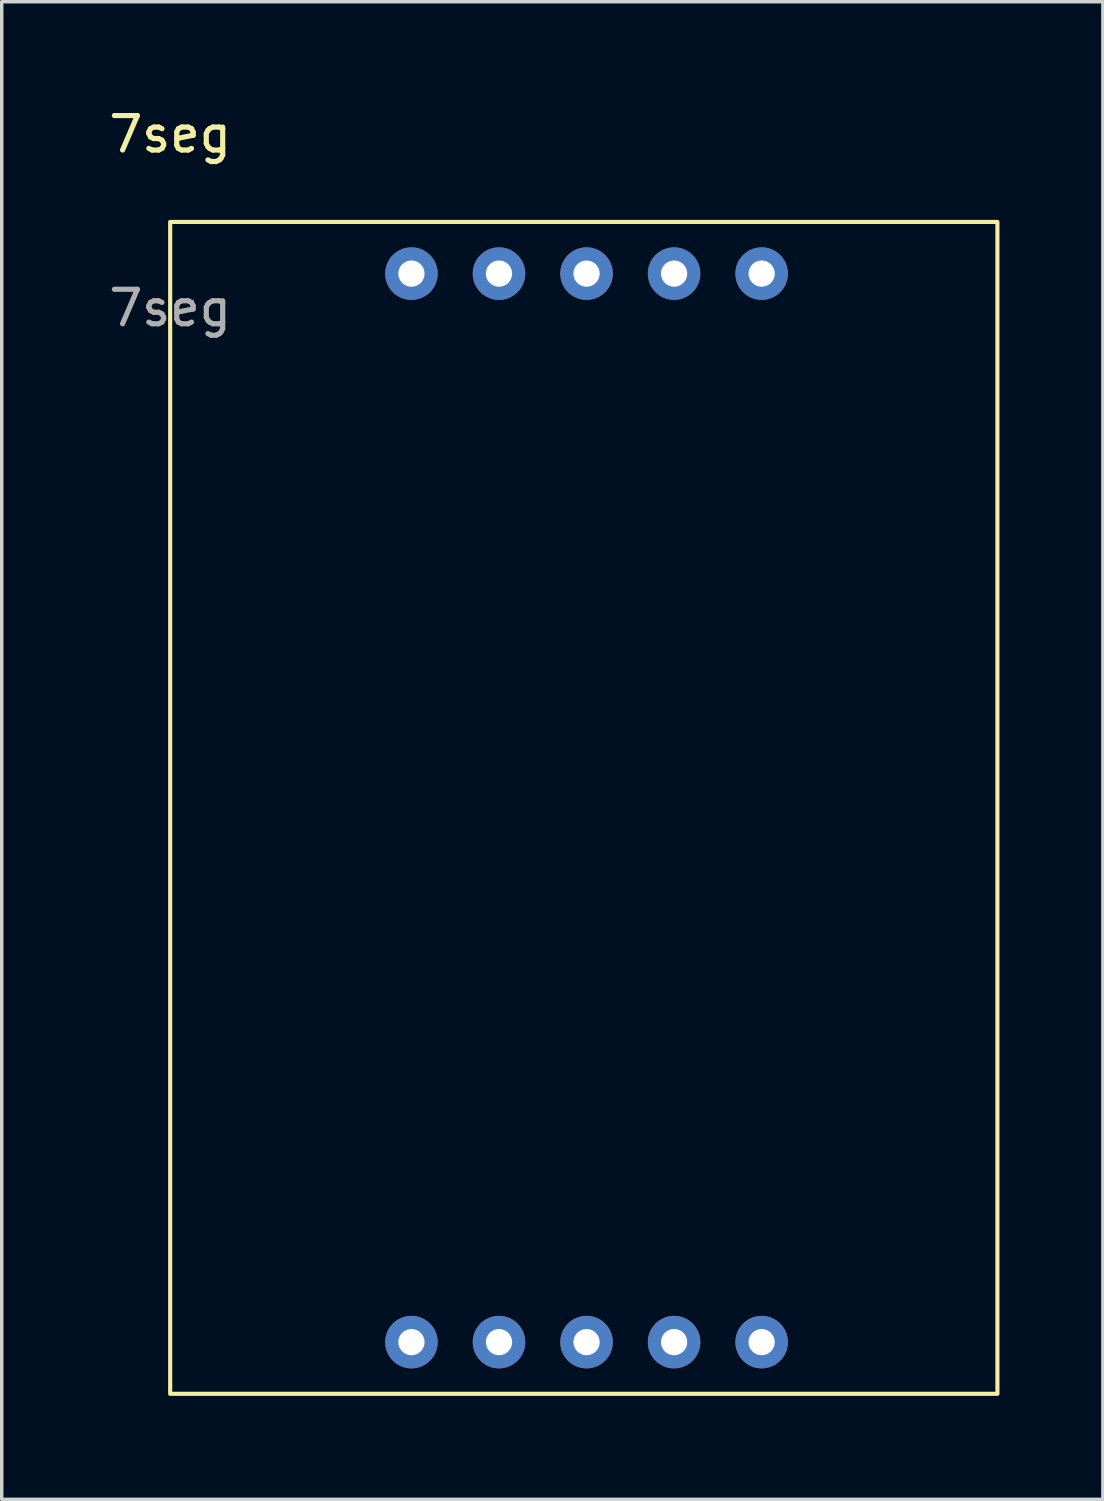
<source format=kicad_pcb>
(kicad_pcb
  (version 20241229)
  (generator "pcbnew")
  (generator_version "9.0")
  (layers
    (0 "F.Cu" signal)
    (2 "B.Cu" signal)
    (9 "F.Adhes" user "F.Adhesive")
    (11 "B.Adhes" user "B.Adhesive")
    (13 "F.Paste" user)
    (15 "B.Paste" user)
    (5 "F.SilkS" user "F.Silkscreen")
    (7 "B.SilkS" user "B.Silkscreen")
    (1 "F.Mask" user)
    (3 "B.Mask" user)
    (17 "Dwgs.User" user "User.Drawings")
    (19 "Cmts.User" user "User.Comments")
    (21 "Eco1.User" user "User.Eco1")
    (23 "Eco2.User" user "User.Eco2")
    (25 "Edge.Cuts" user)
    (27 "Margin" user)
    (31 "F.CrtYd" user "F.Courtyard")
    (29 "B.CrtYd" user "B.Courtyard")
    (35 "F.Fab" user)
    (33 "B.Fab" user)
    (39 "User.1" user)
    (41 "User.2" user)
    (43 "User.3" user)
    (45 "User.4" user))
  (footprint "7seg"
    (layer "F.Cu")
    (at 1.887 3.388)
    (property "Reference" "7seg" (at 0 -2.54 0) (unlocked yes) (layer "F.SilkS") (effects (font (size 1 1) (thickness 0.15))))
    (attr through_hole)
    (fp_rect (start 0 0) (end 24 34) (stroke (width 0.12) (type solid)) (fill no) (layer "F.SilkS"))
    (fp_text user "${REFERENCE}" (at 0 2.5 0) (unlocked yes) (layer "F.Fab") (effects (font (size 1 1) (thickness 0.15))))
    (pad "1" thru_hole circle (at 7 1.5) (size 1.524 1.524) (drill 0.762) (layers "*.Cu" "*.Mask"))
    (pad "2" thru_hole circle (at 9.54 1.5) (size 1.524 1.524) (drill 0.762) (layers "*.Cu" "*.Mask"))
    (pad "3" thru_hole circle (at 12.08 1.5) (size 1.524 1.524) (drill 0.762) (layers "*.Cu" "*.Mask"))
    (pad "4" thru_hole circle (at 14.62 1.5) (size 1.524 1.524) (drill 0.762) (layers "*.Cu" "*.Mask"))
    (pad "5" thru_hole circle (at 17.16 1.5) (size 1.524 1.524) (drill 0.762) (layers "*.Cu" "*.Mask"))
    (pad "6" thru_hole circle (at 7 32.5) (size 1.524 1.524) (drill 0.762) (layers "*.Cu" "*.Mask"))
    (pad "7" thru_hole circle (at 9.54 32.5) (size 1.524 1.524) (drill 0.762) (layers "*.Cu" "*.Mask"))
    (pad "8" thru_hole circle (at 12.08 32.5) (size 1.524 1.524) (drill 0.762) (layers "*.Cu" "*.Mask"))
    (pad "9" thru_hole circle (at 14.62 32.5) (size 1.524 1.524) (drill 0.762) (layers "*.Cu" "*.Mask"))
    (pad "10" thru_hole circle (at 17.16 32.5) (size 1.524 1.524) (drill 0.762) (layers "*.Cu" "*.Mask")))
  (gr_rect
    (start -3 -3)
    (end 28.947 40.448)
    (stroke (width 0.1) (type default))
    (fill no)
    (layer "Edge.Cuts")))
</source>
